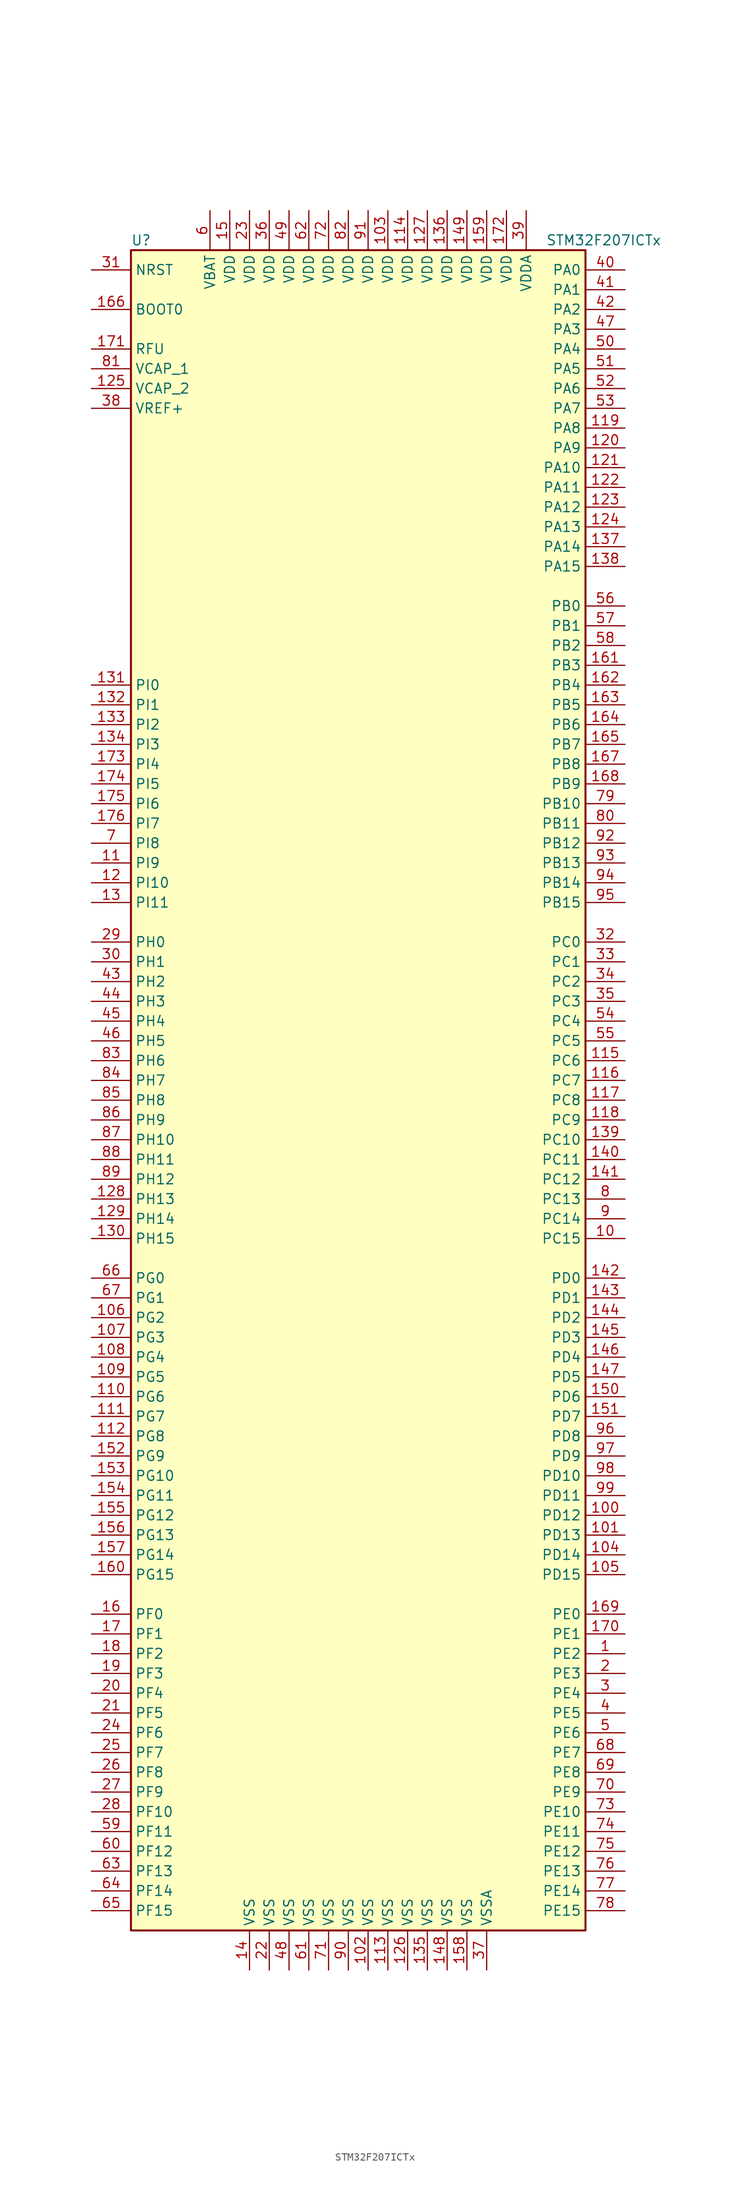
<source format=kicad_sym>
(kicad_symbol_lib
  (version 20201005)
  (generator kicad_symbol_editor)
  (symbol "MCU_ST_STM32F2:STM32F207ICTx"
    (property "Reference" "U"
      (at -30.48 107.95 0)
      (effects (font (size 1.27 1.27)) (justify left)))
    (property "Value" "STM32F207ICTx"
      (at 22.86 107.95 0)
      (effects (font (size 1.27 1.27)) (justify left)))
    (symbol "STM32F207ICTx_0_1"
      (rectangle (start -30.48 -109.22) (end 27.94 106.68) (stroke (width 0.254)) (fill (type background))))
    (symbol "STM32F207ICTx_1_1"
      (pin input line (at -35.56 99.06 0) (length 5.08) (name "BOOT0" (effects (font (size 1.27 1.27)))) (number "166" (effects (font (size 1.27 1.27)))))
      (pin input line (at -35.56 104.14 0) (length 5.08) (name "NRST" (effects (font (size 1.27 1.27)))) (number "31" (effects (font (size 1.27 1.27)))))
      (pin bidirectional line (at 33.02 104.14 180) (length 5.08) (name "PA0" (effects (font (size 1.27 1.27)))) (number "40" (effects (font (size 1.27 1.27)))))
      (pin bidirectional line (at 33.02 101.6 180) (length 5.08) (name "PA1" (effects (font (size 1.27 1.27)))) (number "41" (effects (font (size 1.27 1.27)))))
      (pin bidirectional line (at 33.02 78.74 180) (length 5.08) (name "PA10" (effects (font (size 1.27 1.27)))) (number "121" (effects (font (size 1.27 1.27)))))
      (pin bidirectional line (at 33.02 76.2 180) (length 5.08) (name "PA11" (effects (font (size 1.27 1.27)))) (number "122" (effects (font (size 1.27 1.27)))))
      (pin bidirectional line (at 33.02 73.66 180) (length 5.08) (name "PA12" (effects (font (size 1.27 1.27)))) (number "123" (effects (font (size 1.27 1.27)))))
      (pin bidirectional line (at 33.02 71.12 180) (length 5.08) (name "PA13" (effects (font (size 1.27 1.27)))) (number "124" (effects (font (size 1.27 1.27)))))
      (pin bidirectional line (at 33.02 68.58 180) (length 5.08) (name "PA14" (effects (font (size 1.27 1.27)))) (number "137" (effects (font (size 1.27 1.27)))))
      (pin bidirectional line (at 33.02 66.04 180) (length 5.08) (name "PA15" (effects (font (size 1.27 1.27)))) (number "138" (effects (font (size 1.27 1.27)))))
      (pin bidirectional line (at 33.02 99.06 180) (length 5.08) (name "PA2" (effects (font (size 1.27 1.27)))) (number "42" (effects (font (size 1.27 1.27)))))
      (pin bidirectional line (at 33.02 96.52 180) (length 5.08) (name "PA3" (effects (font (size 1.27 1.27)))) (number "47" (effects (font (size 1.27 1.27)))))
      (pin bidirectional line (at 33.02 93.98 180) (length 5.08) (name "PA4" (effects (font (size 1.27 1.27)))) (number "50" (effects (font (size 1.27 1.27)))))
      (pin bidirectional line (at 33.02 91.44 180) (length 5.08) (name "PA5" (effects (font (size 1.27 1.27)))) (number "51" (effects (font (size 1.27 1.27)))))
      (pin bidirectional line (at 33.02 88.9 180) (length 5.08) (name "PA6" (effects (font (size 1.27 1.27)))) (number "52" (effects (font (size 1.27 1.27)))))
      (pin bidirectional line (at 33.02 86.36 180) (length 5.08) (name "PA7" (effects (font (size 1.27 1.27)))) (number "53" (effects (font (size 1.27 1.27)))))
      (pin bidirectional line (at 33.02 83.82 180) (length 5.08) (name "PA8" (effects (font (size 1.27 1.27)))) (number "119" (effects (font (size 1.27 1.27)))))
      (pin bidirectional line (at 33.02 81.28 180) (length 5.08) (name "PA9" (effects (font (size 1.27 1.27)))) (number "120" (effects (font (size 1.27 1.27)))))
      (pin bidirectional line (at 33.02 60.96 180) (length 5.08) (name "PB0" (effects (font (size 1.27 1.27)))) (number "56" (effects (font (size 1.27 1.27)))))
      (pin bidirectional line (at 33.02 58.42 180) (length 5.08) (name "PB1" (effects (font (size 1.27 1.27)))) (number "57" (effects (font (size 1.27 1.27)))))
      (pin bidirectional line (at 33.02 35.56 180) (length 5.08) (name "PB10" (effects (font (size 1.27 1.27)))) (number "79" (effects (font (size 1.27 1.27)))))
      (pin bidirectional line (at 33.02 33.02 180) (length 5.08) (name "PB11" (effects (font (size 1.27 1.27)))) (number "80" (effects (font (size 1.27 1.27)))))
      (pin bidirectional line (at 33.02 30.48 180) (length 5.08) (name "PB12" (effects (font (size 1.27 1.27)))) (number "92" (effects (font (size 1.27 1.27)))))
      (pin bidirectional line (at 33.02 27.94 180) (length 5.08) (name "PB13" (effects (font (size 1.27 1.27)))) (number "93" (effects (font (size 1.27 1.27)))))
      (pin bidirectional line (at 33.02 25.4 180) (length 5.08) (name "PB14" (effects (font (size 1.27 1.27)))) (number "94" (effects (font (size 1.27 1.27)))))
      (pin bidirectional line (at 33.02 22.86 180) (length 5.08) (name "PB15" (effects (font (size 1.27 1.27)))) (number "95" (effects (font (size 1.27 1.27)))))
      (pin bidirectional line (at 33.02 55.88 180) (length 5.08) (name "PB2" (effects (font (size 1.27 1.27)))) (number "58" (effects (font (size 1.27 1.27)))))
      (pin bidirectional line (at 33.02 53.34 180) (length 5.08) (name "PB3" (effects (font (size 1.27 1.27)))) (number "161" (effects (font (size 1.27 1.27)))))
      (pin bidirectional line (at 33.02 50.8 180) (length 5.08) (name "PB4" (effects (font (size 1.27 1.27)))) (number "162" (effects (font (size 1.27 1.27)))))
      (pin bidirectional line (at 33.02 48.26 180) (length 5.08) (name "PB5" (effects (font (size 1.27 1.27)))) (number "163" (effects (font (size 1.27 1.27)))))
      (pin bidirectional line (at 33.02 45.72 180) (length 5.08) (name "PB6" (effects (font (size 1.27 1.27)))) (number "164" (effects (font (size 1.27 1.27)))))
      (pin bidirectional line (at 33.02 43.18 180) (length 5.08) (name "PB7" (effects (font (size 1.27 1.27)))) (number "165" (effects (font (size 1.27 1.27)))))
      (pin bidirectional line (at 33.02 40.64 180) (length 5.08) (name "PB8" (effects (font (size 1.27 1.27)))) (number "167" (effects (font (size 1.27 1.27)))))
      (pin bidirectional line (at 33.02 38.1 180) (length 5.08) (name "PB9" (effects (font (size 1.27 1.27)))) (number "168" (effects (font (size 1.27 1.27)))))
      (pin bidirectional line (at 33.02 17.78 180) (length 5.08) (name "PC0" (effects (font (size 1.27 1.27)))) (number "32" (effects (font (size 1.27 1.27)))))
      (pin bidirectional line (at 33.02 15.24 180) (length 5.08) (name "PC1" (effects (font (size 1.27 1.27)))) (number "33" (effects (font (size 1.27 1.27)))))
      (pin bidirectional line (at 33.02 -7.62 180) (length 5.08) (name "PC10" (effects (font (size 1.27 1.27)))) (number "139" (effects (font (size 1.27 1.27)))))
      (pin bidirectional line (at 33.02 -10.16 180) (length 5.08) (name "PC11" (effects (font (size 1.27 1.27)))) (number "140" (effects (font (size 1.27 1.27)))))
      (pin bidirectional line (at 33.02 -12.7 180) (length 5.08) (name "PC12" (effects (font (size 1.27 1.27)))) (number "141" (effects (font (size 1.27 1.27)))))
      (pin bidirectional line (at 33.02 -15.24 180) (length 5.08) (name "PC13" (effects (font (size 1.27 1.27)))) (number "8" (effects (font (size 1.27 1.27)))))
      (pin bidirectional line (at 33.02 -17.78 180) (length 5.08) (name "PC14" (effects (font (size 1.27 1.27)))) (number "9" (effects (font (size 1.27 1.27)))))
      (pin bidirectional line (at 33.02 -20.32 180) (length 5.08) (name "PC15" (effects (font (size 1.27 1.27)))) (number "10" (effects (font (size 1.27 1.27)))))
      (pin bidirectional line (at 33.02 12.7 180) (length 5.08) (name "PC2" (effects (font (size 1.27 1.27)))) (number "34" (effects (font (size 1.27 1.27)))))
      (pin bidirectional line (at 33.02 10.16 180) (length 5.08) (name "PC3" (effects (font (size 1.27 1.27)))) (number "35" (effects (font (size 1.27 1.27)))))
      (pin bidirectional line (at 33.02 7.62 180) (length 5.08) (name "PC4" (effects (font (size 1.27 1.27)))) (number "54" (effects (font (size 1.27 1.27)))))
      (pin bidirectional line (at 33.02 5.08 180) (length 5.08) (name "PC5" (effects (font (size 1.27 1.27)))) (number "55" (effects (font (size 1.27 1.27)))))
      (pin bidirectional line (at 33.02 2.54 180) (length 5.08) (name "PC6" (effects (font (size 1.27 1.27)))) (number "115" (effects (font (size 1.27 1.27)))))
      (pin bidirectional line (at 33.02 0 180) (length 5.08) (name "PC7" (effects (font (size 1.27 1.27)))) (number "116" (effects (font (size 1.27 1.27)))))
      (pin bidirectional line (at 33.02 -2.54 180) (length 5.08) (name "PC8" (effects (font (size 1.27 1.27)))) (number "117" (effects (font (size 1.27 1.27)))))
      (pin bidirectional line (at 33.02 -5.08 180) (length 5.08) (name "PC9" (effects (font (size 1.27 1.27)))) (number "118" (effects (font (size 1.27 1.27)))))
      (pin bidirectional line (at 33.02 -25.4 180) (length 5.08) (name "PD0" (effects (font (size 1.27 1.27)))) (number "142" (effects (font (size 1.27 1.27)))))
      (pin bidirectional line (at 33.02 -27.94 180) (length 5.08) (name "PD1" (effects (font (size 1.27 1.27)))) (number "143" (effects (font (size 1.27 1.27)))))
      (pin bidirectional line (at 33.02 -50.8 180) (length 5.08) (name "PD10" (effects (font (size 1.27 1.27)))) (number "98" (effects (font (size 1.27 1.27)))))
      (pin bidirectional line (at 33.02 -53.34 180) (length 5.08) (name "PD11" (effects (font (size 1.27 1.27)))) (number "99" (effects (font (size 1.27 1.27)))))
      (pin bidirectional line (at 33.02 -55.88 180) (length 5.08) (name "PD12" (effects (font (size 1.27 1.27)))) (number "100" (effects (font (size 1.27 1.27)))))
      (pin bidirectional line (at 33.02 -58.42 180) (length 5.08) (name "PD13" (effects (font (size 1.27 1.27)))) (number "101" (effects (font (size 1.27 1.27)))))
      (pin bidirectional line (at 33.02 -60.96 180) (length 5.08) (name "PD14" (effects (font (size 1.27 1.27)))) (number "104" (effects (font (size 1.27 1.27)))))
      (pin bidirectional line (at 33.02 -63.5 180) (length 5.08) (name "PD15" (effects (font (size 1.27 1.27)))) (number "105" (effects (font (size 1.27 1.27)))))
      (pin bidirectional line (at 33.02 -30.48 180) (length 5.08) (name "PD2" (effects (font (size 1.27 1.27)))) (number "144" (effects (font (size 1.27 1.27)))))
      (pin bidirectional line (at 33.02 -33.02 180) (length 5.08) (name "PD3" (effects (font (size 1.27 1.27)))) (number "145" (effects (font (size 1.27 1.27)))))
      (pin bidirectional line (at 33.02 -35.56 180) (length 5.08) (name "PD4" (effects (font (size 1.27 1.27)))) (number "146" (effects (font (size 1.27 1.27)))))
      (pin bidirectional line (at 33.02 -38.1 180) (length 5.08) (name "PD5" (effects (font (size 1.27 1.27)))) (number "147" (effects (font (size 1.27 1.27)))))
      (pin bidirectional line (at 33.02 -40.64 180) (length 5.08) (name "PD6" (effects (font (size 1.27 1.27)))) (number "150" (effects (font (size 1.27 1.27)))))
      (pin bidirectional line (at 33.02 -43.18 180) (length 5.08) (name "PD7" (effects (font (size 1.27 1.27)))) (number "151" (effects (font (size 1.27 1.27)))))
      (pin bidirectional line (at 33.02 -45.72 180) (length 5.08) (name "PD8" (effects (font (size 1.27 1.27)))) (number "96" (effects (font (size 1.27 1.27)))))
      (pin bidirectional line (at 33.02 -48.26 180) (length 5.08) (name "PD9" (effects (font (size 1.27 1.27)))) (number "97" (effects (font (size 1.27 1.27)))))
      (pin bidirectional line (at 33.02 -68.58 180) (length 5.08) (name "PE0" (effects (font (size 1.27 1.27)))) (number "169" (effects (font (size 1.27 1.27)))))
      (pin bidirectional line (at 33.02 -71.12 180) (length 5.08) (name "PE1" (effects (font (size 1.27 1.27)))) (number "170" (effects (font (size 1.27 1.27)))))
      (pin bidirectional line (at 33.02 -93.98 180) (length 5.08) (name "PE10" (effects (font (size 1.27 1.27)))) (number "73" (effects (font (size 1.27 1.27)))))
      (pin bidirectional line (at 33.02 -96.52 180) (length 5.08) (name "PE11" (effects (font (size 1.27 1.27)))) (number "74" (effects (font (size 1.27 1.27)))))
      (pin bidirectional line (at 33.02 -99.06 180) (length 5.08) (name "PE12" (effects (font (size 1.27 1.27)))) (number "75" (effects (font (size 1.27 1.27)))))
      (pin bidirectional line (at 33.02 -101.6 180) (length 5.08) (name "PE13" (effects (font (size 1.27 1.27)))) (number "76" (effects (font (size 1.27 1.27)))))
      (pin bidirectional line (at 33.02 -104.14 180) (length 5.08) (name "PE14" (effects (font (size 1.27 1.27)))) (number "77" (effects (font (size 1.27 1.27)))))
      (pin bidirectional line (at 33.02 -106.68 180) (length 5.08) (name "PE15" (effects (font (size 1.27 1.27)))) (number "78" (effects (font (size 1.27 1.27)))))
      (pin bidirectional line (at 33.02 -73.66 180) (length 5.08) (name "PE2" (effects (font (size 1.27 1.27)))) (number "1" (effects (font (size 1.27 1.27)))))
      (pin bidirectional line (at 33.02 -76.2 180) (length 5.08) (name "PE3" (effects (font (size 1.27 1.27)))) (number "2" (effects (font (size 1.27 1.27)))))
      (pin bidirectional line (at 33.02 -78.74 180) (length 5.08) (name "PE4" (effects (font (size 1.27 1.27)))) (number "3" (effects (font (size 1.27 1.27)))))
      (pin bidirectional line (at 33.02 -81.28 180) (length 5.08) (name "PE5" (effects (font (size 1.27 1.27)))) (number "4" (effects (font (size 1.27 1.27)))))
      (pin bidirectional line (at 33.02 -83.82 180) (length 5.08) (name "PE6" (effects (font (size 1.27 1.27)))) (number "5" (effects (font (size 1.27 1.27)))))
      (pin bidirectional line (at 33.02 -86.36 180) (length 5.08) (name "PE7" (effects (font (size 1.27 1.27)))) (number "68" (effects (font (size 1.27 1.27)))))
      (pin bidirectional line (at 33.02 -88.9 180) (length 5.08) (name "PE8" (effects (font (size 1.27 1.27)))) (number "69" (effects (font (size 1.27 1.27)))))
      (pin bidirectional line (at 33.02 -91.44 180) (length 5.08) (name "PE9" (effects (font (size 1.27 1.27)))) (number "70" (effects (font (size 1.27 1.27)))))
      (pin bidirectional line (at -35.56 -68.58 0) (length 5.08) (name "PF0" (effects (font (size 1.27 1.27)))) (number "16" (effects (font (size 1.27 1.27)))))
      (pin bidirectional line (at -35.56 -71.12 0) (length 5.08) (name "PF1" (effects (font (size 1.27 1.27)))) (number "17" (effects (font (size 1.27 1.27)))))
      (pin bidirectional line (at -35.56 -93.98 0) (length 5.08) (name "PF10" (effects (font (size 1.27 1.27)))) (number "28" (effects (font (size 1.27 1.27)))))
      (pin bidirectional line (at -35.56 -96.52 0) (length 5.08) (name "PF11" (effects (font (size 1.27 1.27)))) (number "59" (effects (font (size 1.27 1.27)))))
      (pin bidirectional line (at -35.56 -99.06 0) (length 5.08) (name "PF12" (effects (font (size 1.27 1.27)))) (number "60" (effects (font (size 1.27 1.27)))))
      (pin bidirectional line (at -35.56 -101.6 0) (length 5.08) (name "PF13" (effects (font (size 1.27 1.27)))) (number "63" (effects (font (size 1.27 1.27)))))
      (pin bidirectional line (at -35.56 -104.14 0) (length 5.08) (name "PF14" (effects (font (size 1.27 1.27)))) (number "64" (effects (font (size 1.27 1.27)))))
      (pin bidirectional line (at -35.56 -106.68 0) (length 5.08) (name "PF15" (effects (font (size 1.27 1.27)))) (number "65" (effects (font (size 1.27 1.27)))))
      (pin bidirectional line (at -35.56 -73.66 0) (length 5.08) (name "PF2" (effects (font (size 1.27 1.27)))) (number "18" (effects (font (size 1.27 1.27)))))
      (pin bidirectional line (at -35.56 -76.2 0) (length 5.08) (name "PF3" (effects (font (size 1.27 1.27)))) (number "19" (effects (font (size 1.27 1.27)))))
      (pin bidirectional line (at -35.56 -78.74 0) (length 5.08) (name "PF4" (effects (font (size 1.27 1.27)))) (number "20" (effects (font (size 1.27 1.27)))))
      (pin bidirectional line (at -35.56 -81.28 0) (length 5.08) (name "PF5" (effects (font (size 1.27 1.27)))) (number "21" (effects (font (size 1.27 1.27)))))
      (pin bidirectional line (at -35.56 -83.82 0) (length 5.08) (name "PF6" (effects (font (size 1.27 1.27)))) (number "24" (effects (font (size 1.27 1.27)))))
      (pin bidirectional line (at -35.56 -86.36 0) (length 5.08) (name "PF7" (effects (font (size 1.27 1.27)))) (number "25" (effects (font (size 1.27 1.27)))))
      (pin bidirectional line (at -35.56 -88.9 0) (length 5.08) (name "PF8" (effects (font (size 1.27 1.27)))) (number "26" (effects (font (size 1.27 1.27)))))
      (pin bidirectional line (at -35.56 -91.44 0) (length 5.08) (name "PF9" (effects (font (size 1.27 1.27)))) (number "27" (effects (font (size 1.27 1.27)))))
      (pin bidirectional line (at -35.56 -25.4 0) (length 5.08) (name "PG0" (effects (font (size 1.27 1.27)))) (number "66" (effects (font (size 1.27 1.27)))))
      (pin bidirectional line (at -35.56 -27.94 0) (length 5.08) (name "PG1" (effects (font (size 1.27 1.27)))) (number "67" (effects (font (size 1.27 1.27)))))
      (pin bidirectional line (at -35.56 -50.8 0) (length 5.08) (name "PG10" (effects (font (size 1.27 1.27)))) (number "153" (effects (font (size 1.27 1.27)))))
      (pin bidirectional line (at -35.56 -53.34 0) (length 5.08) (name "PG11" (effects (font (size 1.27 1.27)))) (number "154" (effects (font (size 1.27 1.27)))))
      (pin bidirectional line (at -35.56 -55.88 0) (length 5.08) (name "PG12" (effects (font (size 1.27 1.27)))) (number "155" (effects (font (size 1.27 1.27)))))
      (pin bidirectional line (at -35.56 -58.42 0) (length 5.08) (name "PG13" (effects (font (size 1.27 1.27)))) (number "156" (effects (font (size 1.27 1.27)))))
      (pin bidirectional line (at -35.56 -60.96 0) (length 5.08) (name "PG14" (effects (font (size 1.27 1.27)))) (number "157" (effects (font (size 1.27 1.27)))))
      (pin bidirectional line (at -35.56 -63.5 0) (length 5.08) (name "PG15" (effects (font (size 1.27 1.27)))) (number "160" (effects (font (size 1.27 1.27)))))
      (pin bidirectional line (at -35.56 -30.48 0) (length 5.08) (name "PG2" (effects (font (size 1.27 1.27)))) (number "106" (effects (font (size 1.27 1.27)))))
      (pin bidirectional line (at -35.56 -33.02 0) (length 5.08) (name "PG3" (effects (font (size 1.27 1.27)))) (number "107" (effects (font (size 1.27 1.27)))))
      (pin bidirectional line (at -35.56 -35.56 0) (length 5.08) (name "PG4" (effects (font (size 1.27 1.27)))) (number "108" (effects (font (size 1.27 1.27)))))
      (pin bidirectional line (at -35.56 -38.1 0) (length 5.08) (name "PG5" (effects (font (size 1.27 1.27)))) (number "109" (effects (font (size 1.27 1.27)))))
      (pin bidirectional line (at -35.56 -40.64 0) (length 5.08) (name "PG6" (effects (font (size 1.27 1.27)))) (number "110" (effects (font (size 1.27 1.27)))))
      (pin bidirectional line (at -35.56 -43.18 0) (length 5.08) (name "PG7" (effects (font (size 1.27 1.27)))) (number "111" (effects (font (size 1.27 1.27)))))
      (pin bidirectional line (at -35.56 -45.72 0) (length 5.08) (name "PG8" (effects (font (size 1.27 1.27)))) (number "112" (effects (font (size 1.27 1.27)))))
      (pin bidirectional line (at -35.56 -48.26 0) (length 5.08) (name "PG9" (effects (font (size 1.27 1.27)))) (number "152" (effects (font (size 1.27 1.27)))))
      (pin input line (at -35.56 17.78 0) (length 5.08) (name "PH0" (effects (font (size 1.27 1.27)))) (number "29" (effects (font (size 1.27 1.27)))))
      (pin input line (at -35.56 15.24 0) (length 5.08) (name "PH1" (effects (font (size 1.27 1.27)))) (number "30" (effects (font (size 1.27 1.27)))))
      (pin bidirectional line (at -35.56 -7.62 0) (length 5.08) (name "PH10" (effects (font (size 1.27 1.27)))) (number "87" (effects (font (size 1.27 1.27)))))
      (pin bidirectional line (at -35.56 -10.16 0) (length 5.08) (name "PH11" (effects (font (size 1.27 1.27)))) (number "88" (effects (font (size 1.27 1.27)))))
      (pin bidirectional line (at -35.56 -12.7 0) (length 5.08) (name "PH12" (effects (font (size 1.27 1.27)))) (number "89" (effects (font (size 1.27 1.27)))))
      (pin bidirectional line (at -35.56 -15.24 0) (length 5.08) (name "PH13" (effects (font (size 1.27 1.27)))) (number "128" (effects (font (size 1.27 1.27)))))
      (pin bidirectional line (at -35.56 -17.78 0) (length 5.08) (name "PH14" (effects (font (size 1.27 1.27)))) (number "129" (effects (font (size 1.27 1.27)))))
      (pin bidirectional line (at -35.56 -20.32 0) (length 5.08) (name "PH15" (effects (font (size 1.27 1.27)))) (number "130" (effects (font (size 1.27 1.27)))))
      (pin bidirectional line (at -35.56 12.7 0) (length 5.08) (name "PH2" (effects (font (size 1.27 1.27)))) (number "43" (effects (font (size 1.27 1.27)))))
      (pin bidirectional line (at -35.56 10.16 0) (length 5.08) (name "PH3" (effects (font (size 1.27 1.27)))) (number "44" (effects (font (size 1.27 1.27)))))
      (pin bidirectional line (at -35.56 7.62 0) (length 5.08) (name "PH4" (effects (font (size 1.27 1.27)))) (number "45" (effects (font (size 1.27 1.27)))))
      (pin bidirectional line (at -35.56 5.08 0) (length 5.08) (name "PH5" (effects (font (size 1.27 1.27)))) (number "46" (effects (font (size 1.27 1.27)))))
      (pin bidirectional line (at -35.56 2.54 0) (length 5.08) (name "PH6" (effects (font (size 1.27 1.27)))) (number "83" (effects (font (size 1.27 1.27)))))
      (pin bidirectional line (at -35.56 0 0) (length 5.08) (name "PH7" (effects (font (size 1.27 1.27)))) (number "84" (effects (font (size 1.27 1.27)))))
      (pin bidirectional line (at -35.56 -2.54 0) (length 5.08) (name "PH8" (effects (font (size 1.27 1.27)))) (number "85" (effects (font (size 1.27 1.27)))))
      (pin bidirectional line (at -35.56 -5.08 0) (length 5.08) (name "PH9" (effects (font (size 1.27 1.27)))) (number "86" (effects (font (size 1.27 1.27)))))
      (pin bidirectional line (at -35.56 50.8 0) (length 5.08) (name "PI0" (effects (font (size 1.27 1.27)))) (number "131" (effects (font (size 1.27 1.27)))))
      (pin bidirectional line (at -35.56 48.26 0) (length 5.08) (name "PI1" (effects (font (size 1.27 1.27)))) (number "132" (effects (font (size 1.27 1.27)))))
      (pin bidirectional line (at -35.56 25.4 0) (length 5.08) (name "PI10" (effects (font (size 1.27 1.27)))) (number "12" (effects (font (size 1.27 1.27)))))
      (pin bidirectional line (at -35.56 22.86 0) (length 5.08) (name "PI11" (effects (font (size 1.27 1.27)))) (number "13" (effects (font (size 1.27 1.27)))))
      (pin bidirectional line (at -35.56 45.72 0) (length 5.08) (name "PI2" (effects (font (size 1.27 1.27)))) (number "133" (effects (font (size 1.27 1.27)))))
      (pin bidirectional line (at -35.56 43.18 0) (length 5.08) (name "PI3" (effects (font (size 1.27 1.27)))) (number "134" (effects (font (size 1.27 1.27)))))
      (pin bidirectional line (at -35.56 40.64 0) (length 5.08) (name "PI4" (effects (font (size 1.27 1.27)))) (number "173" (effects (font (size 1.27 1.27)))))
      (pin bidirectional line (at -35.56 38.1 0) (length 5.08) (name "PI5" (effects (font (size 1.27 1.27)))) (number "174" (effects (font (size 1.27 1.27)))))
      (pin bidirectional line (at -35.56 35.56 0) (length 5.08) (name "PI6" (effects (font (size 1.27 1.27)))) (number "175" (effects (font (size 1.27 1.27)))))
      (pin bidirectional line (at -35.56 33.02 0) (length 5.08) (name "PI7" (effects (font (size 1.27 1.27)))) (number "176" (effects (font (size 1.27 1.27)))))
      (pin bidirectional line (at -35.56 30.48 0) (length 5.08) (name "PI8" (effects (font (size 1.27 1.27)))) (number "7" (effects (font (size 1.27 1.27)))))
      (pin bidirectional line (at -35.56 27.94 0) (length 5.08) (name "PI9" (effects (font (size 1.27 1.27)))) (number "11" (effects (font (size 1.27 1.27)))))
      (pin power_in line (at -35.56 93.98 0) (length 5.08) (name "RFU" (effects (font (size 1.27 1.27)))) (number "171" (effects (font (size 1.27 1.27)))))
      (pin power_in line (at -20.32 111.76 270) (length 5.08) (name "VBAT" (effects (font (size 1.27 1.27)))) (number "6" (effects (font (size 1.27 1.27)))))
      (pin power_in line (at -35.56 91.44 0) (length 5.08) (name "VCAP_1" (effects (font (size 1.27 1.27)))) (number "81" (effects (font (size 1.27 1.27)))))
      (pin power_in line (at -35.56 88.9 0) (length 5.08) (name "VCAP_2" (effects (font (size 1.27 1.27)))) (number "125" (effects (font (size 1.27 1.27)))))
      (pin power_in line (at 2.54 111.76 270) (length 5.08) (name "VDD" (effects (font (size 1.27 1.27)))) (number "103" (effects (font (size 1.27 1.27)))))
      (pin power_in line (at 5.08 111.76 270) (length 5.08) (name "VDD" (effects (font (size 1.27 1.27)))) (number "114" (effects (font (size 1.27 1.27)))))
      (pin power_in line (at 7.62 111.76 270) (length 5.08) (name "VDD" (effects (font (size 1.27 1.27)))) (number "127" (effects (font (size 1.27 1.27)))))
      (pin power_in line (at 10.16 111.76 270) (length 5.08) (name "VDD" (effects (font (size 1.27 1.27)))) (number "136" (effects (font (size 1.27 1.27)))))
      (pin power_in line (at 12.7 111.76 270) (length 5.08) (name "VDD" (effects (font (size 1.27 1.27)))) (number "149" (effects (font (size 1.27 1.27)))))
      (pin power_in line (at -17.78 111.76 270) (length 5.08) (name "VDD" (effects (font (size 1.27 1.27)))) (number "15" (effects (font (size 1.27 1.27)))))
      (pin power_in line (at 15.24 111.76 270) (length 5.08) (name "VDD" (effects (font (size 1.27 1.27)))) (number "159" (effects (font (size 1.27 1.27)))))
      (pin power_in line (at 17.78 111.76 270) (length 5.08) (name "VDD" (effects (font (size 1.27 1.27)))) (number "172" (effects (font (size 1.27 1.27)))))
      (pin power_in line (at -15.24 111.76 270) (length 5.08) (name "VDD" (effects (font (size 1.27 1.27)))) (number "23" (effects (font (size 1.27 1.27)))))
      (pin power_in line (at -12.7 111.76 270) (length 5.08) (name "VDD" (effects (font (size 1.27 1.27)))) (number "36" (effects (font (size 1.27 1.27)))))
      (pin power_in line (at -10.16 111.76 270) (length 5.08) (name "VDD" (effects (font (size 1.27 1.27)))) (number "49" (effects (font (size 1.27 1.27)))))
      (pin power_in line (at -7.62 111.76 270) (length 5.08) (name "VDD" (effects (font (size 1.27 1.27)))) (number "62" (effects (font (size 1.27 1.27)))))
      (pin power_in line (at -5.08 111.76 270) (length 5.08) (name "VDD" (effects (font (size 1.27 1.27)))) (number "72" (effects (font (size 1.27 1.27)))))
      (pin power_in line (at -2.54 111.76 270) (length 5.08) (name "VDD" (effects (font (size 1.27 1.27)))) (number "82" (effects (font (size 1.27 1.27)))))
      (pin power_in line (at 0 111.76 270) (length 5.08) (name "VDD" (effects (font (size 1.27 1.27)))) (number "91" (effects (font (size 1.27 1.27)))))
      (pin power_in line (at 20.32 111.76 270) (length 5.08) (name "VDDA" (effects (font (size 1.27 1.27)))) (number "39" (effects (font (size 1.27 1.27)))))
      (pin power_in line (at -35.56 86.36 0) (length 5.08) (name "VREF+" (effects (font (size 1.27 1.27)))) (number "38" (effects (font (size 1.27 1.27)))))
      (pin power_in line (at 0 -114.3 90) (length 5.08) (name "VSS" (effects (font (size 1.27 1.27)))) (number "102" (effects (font (size 1.27 1.27)))))
      (pin power_in line (at 2.54 -114.3 90) (length 5.08) (name "VSS" (effects (font (size 1.27 1.27)))) (number "113" (effects (font (size 1.27 1.27)))))
      (pin power_in line (at 5.08 -114.3 90) (length 5.08) (name "VSS" (effects (font (size 1.27 1.27)))) (number "126" (effects (font (size 1.27 1.27)))))
      (pin power_in line (at 7.62 -114.3 90) (length 5.08) (name "VSS" (effects (font (size 1.27 1.27)))) (number "135" (effects (font (size 1.27 1.27)))))
      (pin power_in line (at -15.24 -114.3 90) (length 5.08) (name "VSS" (effects (font (size 1.27 1.27)))) (number "14" (effects (font (size 1.27 1.27)))))
      (pin power_in line (at 10.16 -114.3 90) (length 5.08) (name "VSS" (effects (font (size 1.27 1.27)))) (number "148" (effects (font (size 1.27 1.27)))))
      (pin power_in line (at 12.7 -114.3 90) (length 5.08) (name "VSS" (effects (font (size 1.27 1.27)))) (number "158" (effects (font (size 1.27 1.27)))))
      (pin power_in line (at -12.7 -114.3 90) (length 5.08) (name "VSS" (effects (font (size 1.27 1.27)))) (number "22" (effects (font (size 1.27 1.27)))))
      (pin power_in line (at -10.16 -114.3 90) (length 5.08) (name "VSS" (effects (font (size 1.27 1.27)))) (number "48" (effects (font (size 1.27 1.27)))))
      (pin power_in line (at -7.62 -114.3 90) (length 5.08) (name "VSS" (effects (font (size 1.27 1.27)))) (number "61" (effects (font (size 1.27 1.27)))))
      (pin power_in line (at -5.08 -114.3 90) (length 5.08) (name "VSS" (effects (font (size 1.27 1.27)))) (number "71" (effects (font (size 1.27 1.27)))))
      (pin power_in line (at -2.54 -114.3 90) (length 5.08) (name "VSS" (effects (font (size 1.27 1.27)))) (number "90" (effects (font (size 1.27 1.27)))))
      (pin power_in line (at 15.24 -114.3 90) (length 5.08) (name "VSSA" (effects (font (size 1.27 1.27)))) (number "37" (effects (font (size 1.27 1.27))))))))
</source>
